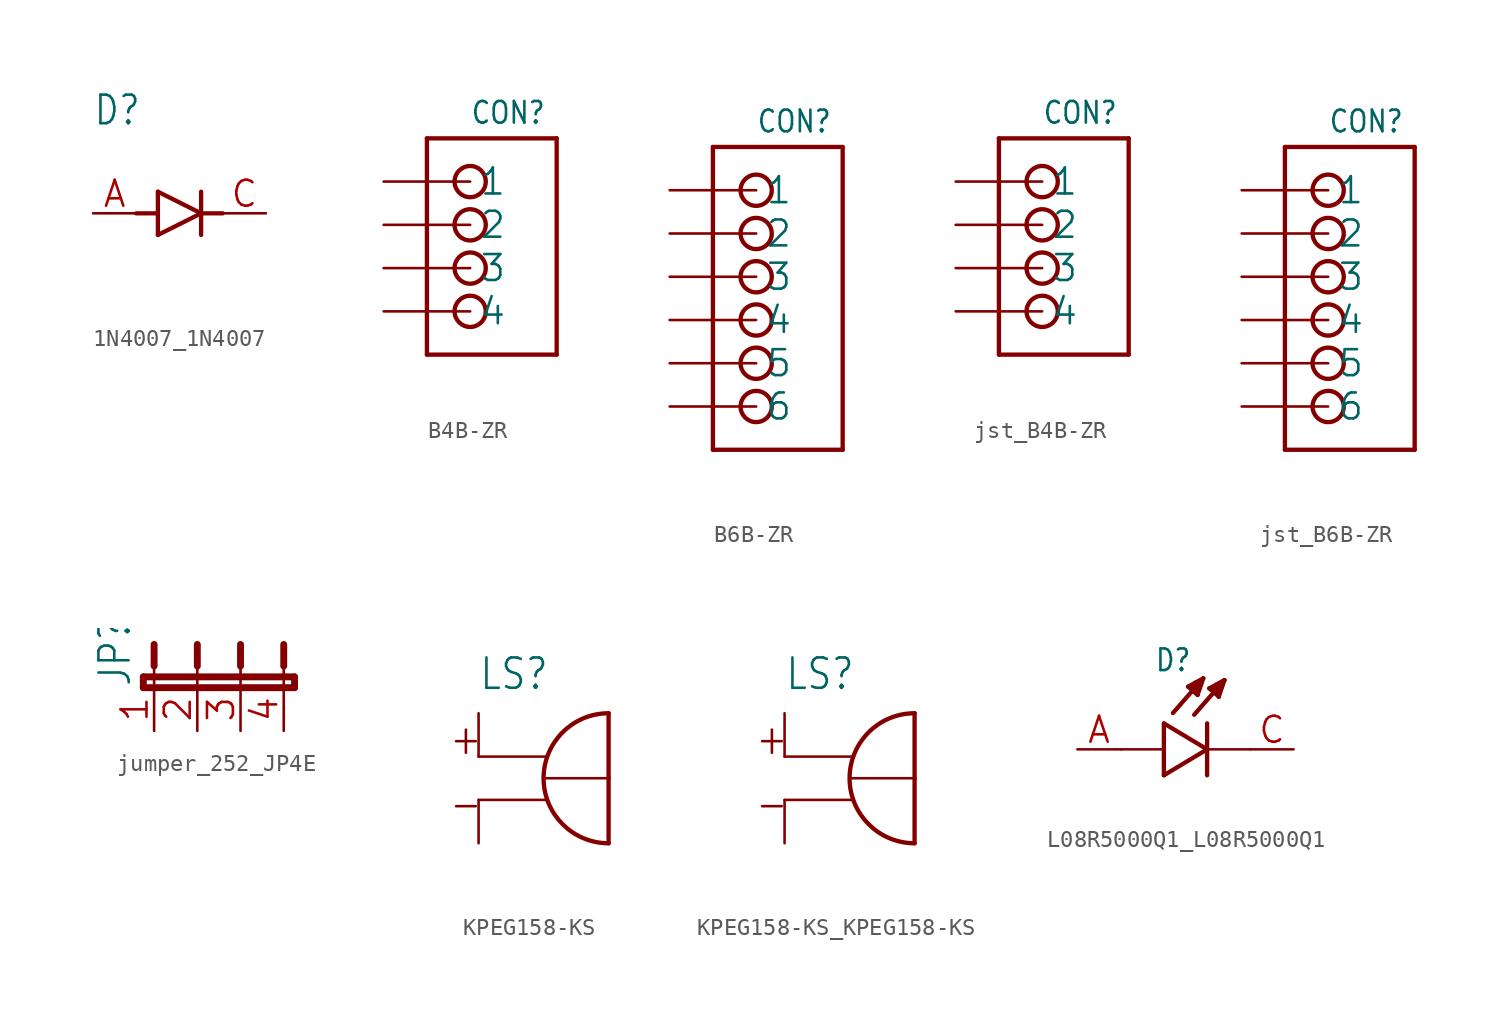
<source format=kicad_sym>
(kicad_symbol_lib
  (version 20241209)
  (generator "kicad_symbol_editor")
  (generator_version "9.0")
  (symbol "1N4007_1N4007"
    (property "Reference" "D"
      (at -5.086 5.086 0)
      (effects (font (size 1.678 1.427)) (justify left bottom)))
    (property "Value" ""
      (at -5.086 -5.086 0)
      (effects (font (size 1.679 1.427)) (justify left bottom)))
    (property "ki_locked" ""
      (at 0 0 0)
      (effects (font (size 1.27 1.27))))
    (symbol "1N4007_1N4007_1_0"
      (polyline (pts (xy -2.54 0) (xy -1.27 0)) (stroke (width 0.254) (type solid)) (fill (type none)))
      (polyline (pts (xy -1.27 1.27) (xy -1.27 0)) (stroke (width 0.254) (type solid)) (fill (type none)))
      (polyline (pts (xy -1.27 0) (xy -1.27 -1.27)) (stroke (width 0.254) (type solid)) (fill (type none)))
      (polyline (pts (xy -1.27 -1.27) (xy 1.27 0)) (stroke (width 0.254) (type solid)) (fill (type none)))
      (polyline (pts (xy 1.27 1.27) (xy 1.27 0)) (stroke (width 0.254) (type solid)) (fill (type none)))
      (polyline (pts (xy 1.27 0) (xy -1.27 1.27)) (stroke (width 0.254) (type solid)) (fill (type none)))
      (polyline (pts (xy 1.27 0) (xy 1.27 -1.27)) (stroke (width 0.254) (type solid)) (fill (type none)))
      (polyline (pts (xy 1.27 0) (xy 2.54 0)) (stroke (width 0.254) (type solid)) (fill (type none)))
      (pin passive line (at -5.08 0 0) (length 2.54) (name "A" (effects (font (size 0 0)))) (number "A" (effects (font (size 1.524 1.524)))))
      (pin passive line (at 5.08 0 180) (length 2.54) (name "C" (effects (font (size 0 0)))) (number "C" (effects (font (size 1.524 1.524)))))))
  (symbol "B4B-ZR"
    (property "Reference" "CON"
      (at -2.54 5.842 0)
      (effects (font (size 1.27 1.079)) (justify left bottom)))
    (property "Value" ""
      (at -2.54 -9.398 0)
      (effects (font (size 1.27 1.079)) (justify left bottom)))
    (property "ki_locked" ""
      (at 0 0 0)
      (effects (font (size 1.27 1.27))))
    (symbol "B4B-ZR_1_0"
      (polyline (pts (xy -5.08 5.08) (xy 2.54 5.08)) (stroke (width 0.254) (type solid)) (fill (type none)))
      (polyline (pts (xy -5.08 -7.62) (xy -5.08 5.08)) (stroke (width 0.254) (type solid)) (fill (type none)))
      (circle (center -2.54 2.54) (radius 0.916) (stroke (width 0.254) (type solid)) (fill (type none)))
      (circle (center -2.54 0) (radius 0.916) (stroke (width 0.254) (type solid)) (fill (type none)))
      (circle (center -2.54 -2.54) (radius 0.916) (stroke (width 0.254) (type solid)) (fill (type none)))
      (circle (center -2.54 -5.08) (radius 0.916) (stroke (width 0.254) (type solid)) (fill (type none)))
      (polyline (pts (xy 2.54 5.08) (xy 2.54 -7.62)) (stroke (width 0.254) (type solid)) (fill (type none)))
      (polyline (pts (xy 2.54 -7.62) (xy -5.08 -7.62)) (stroke (width 0.254) (type solid)) (fill (type none)))
      (pin bidirectional line (at -7.62 2.54 0) (length 5.08) (name "1" (effects (font (size 1.524 1.524)))) (number "1" (effects (font (size 0 0)))))
      (pin bidirectional line (at -7.62 0 0) (length 5.08) (name "2" (effects (font (size 1.524 1.524)))) (number "2" (effects (font (size 0 0)))))
      (pin bidirectional line (at -7.62 -2.54 0) (length 5.08) (name "3" (effects (font (size 1.524 1.524)))) (number "3" (effects (font (size 0 0)))))
      (pin bidirectional line (at -7.62 -5.08 0) (length 5.08) (name "4" (effects (font (size 1.524 1.524)))) (number "4" (effects (font (size 0 0)))))))
  (symbol "B6B-ZR"
    (property "Reference" "CON"
      (at 0 3.302 0)
      (effects (font (size 1.27 1.079)) (justify left bottom)))
    (property "Value" ""
      (at 0 -17.018 0)
      (effects (font (size 1.27 1.079)) (justify left bottom)))
    (property "ki_locked" ""
      (at 0 0 0)
      (effects (font (size 1.27 1.27))))
    (symbol "B6B-ZR_1_0"
      (polyline (pts (xy -2.54 2.54) (xy 5.08 2.54)) (stroke (width 0.254) (type solid)) (fill (type none)))
      (polyline (pts (xy -2.54 -15.24) (xy -2.54 2.54)) (stroke (width 0.254) (type solid)) (fill (type none)))
      (circle (center 0 0) (radius 0.916) (stroke (width 0.254) (type solid)) (fill (type none)))
      (circle (center 0 -2.54) (radius 0.916) (stroke (width 0.254) (type solid)) (fill (type none)))
      (circle (center 0 -5.08) (radius 0.916) (stroke (width 0.254) (type solid)) (fill (type none)))
      (circle (center 0 -7.62) (radius 0.916) (stroke (width 0.254) (type solid)) (fill (type none)))
      (circle (center 0 -10.16) (radius 0.916) (stroke (width 0.254) (type solid)) (fill (type none)))
      (circle (center 0 -12.7) (radius 0.916) (stroke (width 0.254) (type solid)) (fill (type none)))
      (polyline (pts (xy 5.08 2.54) (xy 5.08 -15.24)) (stroke (width 0.254) (type solid)) (fill (type none)))
      (polyline (pts (xy 5.08 -15.24) (xy -2.54 -15.24)) (stroke (width 0.254) (type solid)) (fill (type none)))
      (pin bidirectional line (at -5.08 0 0) (length 5.08) (name "1" (effects (font (size 1.524 1.524)))) (number "1" (effects (font (size 0 0)))))
      (pin bidirectional line (at -5.08 -2.54 0) (length 5.08) (name "2" (effects (font (size 1.524 1.524)))) (number "2" (effects (font (size 0 0)))))
      (pin bidirectional line (at -5.08 -5.08 0) (length 5.08) (name "3" (effects (font (size 1.524 1.524)))) (number "3" (effects (font (size 0 0)))))
      (pin bidirectional line (at -5.08 -7.62 0) (length 5.08) (name "4" (effects (font (size 1.524 1.524)))) (number "4" (effects (font (size 0 0)))))
      (pin bidirectional line (at -5.08 -10.16 0) (length 5.08) (name "5" (effects (font (size 1.524 1.524)))) (number "5" (effects (font (size 0 0)))))
      (pin bidirectional line (at -5.08 -12.7 0) (length 5.08) (name "6" (effects (font (size 1.524 1.524)))) (number "6" (effects (font (size 0 0)))))))
  (symbol "jst_B4B-ZR"
    (property "Reference" "CON"
      (at -2.54 5.842 0)
      (effects (font (size 1.27 1.079)) (justify left bottom)))
    (property "Value" ""
      (at -2.54 -9.398 0)
      (effects (font (size 1.27 1.079)) (justify left bottom)))
    (property "ki_locked" ""
      (at 0 0 0)
      (effects (font (size 1.27 1.27))))
    (symbol "jst_B4B-ZR_1_0"
      (polyline (pts (xy -5.08 5.08) (xy 2.54 5.08)) (stroke (width 0.254) (type solid)) (fill (type none)))
      (polyline (pts (xy -5.08 -7.62) (xy -5.08 5.08)) (stroke (width 0.254) (type solid)) (fill (type none)))
      (circle (center -2.54 2.54) (radius 0.916) (stroke (width 0.254) (type solid)) (fill (type none)))
      (circle (center -2.54 0) (radius 0.916) (stroke (width 0.254) (type solid)) (fill (type none)))
      (circle (center -2.54 -2.54) (radius 0.916) (stroke (width 0.254) (type solid)) (fill (type none)))
      (circle (center -2.54 -5.08) (radius 0.916) (stroke (width 0.254) (type solid)) (fill (type none)))
      (polyline (pts (xy 2.54 5.08) (xy 2.54 -7.62)) (stroke (width 0.254) (type solid)) (fill (type none)))
      (polyline (pts (xy 2.54 -7.62) (xy -5.08 -7.62)) (stroke (width 0.254) (type solid)) (fill (type none)))
      (pin bidirectional line (at -7.62 2.54 0) (length 5.08) (name "1" (effects (font (size 1.524 1.524)))) (number "1" (effects (font (size 0 0)))))
      (pin bidirectional line (at -7.62 0 0) (length 5.08) (name "2" (effects (font (size 1.524 1.524)))) (number "2" (effects (font (size 0 0)))))
      (pin bidirectional line (at -7.62 -2.54 0) (length 5.08) (name "3" (effects (font (size 1.524 1.524)))) (number "3" (effects (font (size 0 0)))))
      (pin bidirectional line (at -7.62 -5.08 0) (length 5.08) (name "4" (effects (font (size 1.524 1.524)))) (number "4" (effects (font (size 0 0)))))))
  (symbol "jst_B6B-ZR"
    (property "Reference" "CON"
      (at 0 3.302 0)
      (effects (font (size 1.27 1.079)) (justify left bottom)))
    (property "Value" ""
      (at 0 -17.018 0)
      (effects (font (size 1.27 1.079)) (justify left bottom)))
    (property "ki_locked" ""
      (at 0 0 0)
      (effects (font (size 1.27 1.27))))
    (symbol "jst_B6B-ZR_1_0"
      (polyline (pts (xy -2.54 2.54) (xy 5.08 2.54)) (stroke (width 0.254) (type solid)) (fill (type none)))
      (polyline (pts (xy -2.54 -15.24) (xy -2.54 2.54)) (stroke (width 0.254) (type solid)) (fill (type none)))
      (circle (center 0 0) (radius 0.916) (stroke (width 0.254) (type solid)) (fill (type none)))
      (circle (center 0 -2.54) (radius 0.916) (stroke (width 0.254) (type solid)) (fill (type none)))
      (circle (center 0 -5.08) (radius 0.916) (stroke (width 0.254) (type solid)) (fill (type none)))
      (circle (center 0 -7.62) (radius 0.916) (stroke (width 0.254) (type solid)) (fill (type none)))
      (circle (center 0 -10.16) (radius 0.916) (stroke (width 0.254) (type solid)) (fill (type none)))
      (circle (center 0 -12.7) (radius 0.916) (stroke (width 0.254) (type solid)) (fill (type none)))
      (polyline (pts (xy 5.08 2.54) (xy 5.08 -15.24)) (stroke (width 0.254) (type solid)) (fill (type none)))
      (polyline (pts (xy 5.08 -15.24) (xy -2.54 -15.24)) (stroke (width 0.254) (type solid)) (fill (type none)))
      (pin bidirectional line (at -5.08 0 0) (length 5.08) (name "1" (effects (font (size 1.524 1.524)))) (number "1" (effects (font (size 0 0)))))
      (pin bidirectional line (at -5.08 -2.54 0) (length 5.08) (name "2" (effects (font (size 1.524 1.524)))) (number "2" (effects (font (size 0 0)))))
      (pin bidirectional line (at -5.08 -5.08 0) (length 5.08) (name "3" (effects (font (size 1.524 1.524)))) (number "3" (effects (font (size 0 0)))))
      (pin bidirectional line (at -5.08 -7.62 0) (length 5.08) (name "4" (effects (font (size 1.524 1.524)))) (number "4" (effects (font (size 0 0)))))
      (pin bidirectional line (at -5.08 -10.16 0) (length 5.08) (name "5" (effects (font (size 1.524 1.524)))) (number "5" (effects (font (size 0 0)))))
      (pin bidirectional line (at -5.08 -12.7 0) (length 5.08) (name "6" (effects (font (size 1.524 1.524)))) (number "6" (effects (font (size 0 0)))))))
  (symbol "jumper_252_JP4E"
    (property "Reference" "JP"
      (at -3.81 0 90)
      (effects (font (size 1.778 1.511)) (justify left bottom)))
    (property "Value" ""
      (at 8.255 0 90)
      (effects (font (size 1.778 1.511)) (justify left bottom)))
    (property "ki_locked" ""
      (at 0 0 0)
      (effects (font (size 1.27 1.27))))
    (symbol "jumper_252_JP4E_1_0"
      (polyline (pts (xy -3.175 0.635) (xy -3.175 0)) (stroke (width 0.406) (type solid)) (fill (type none)))
      (polyline (pts (xy -3.175 0) (xy 5.08 0)) (stroke (width 0.406) (type solid)) (fill (type none)))
      (polyline (pts (xy -2.54 2.54) (xy -2.54 1.27)) (stroke (width 0.406) (type solid)) (fill (type none)))
      (polyline (pts (xy -2.54 0) (xy -2.54 1.27)) (stroke (width 0.152) (type solid)) (fill (type none)))
      (polyline (pts (xy 0 2.54) (xy 0 1.27)) (stroke (width 0.406) (type solid)) (fill (type none)))
      (polyline (pts (xy 0 0) (xy 0 1.27)) (stroke (width 0.152) (type solid)) (fill (type none)))
      (polyline (pts (xy 2.54 2.54) (xy 2.54 1.27)) (stroke (width 0.406) (type solid)) (fill (type none)))
      (polyline (pts (xy 2.54 0) (xy 2.54 1.27)) (stroke (width 0.152) (type solid)) (fill (type none)))
      (polyline (pts (xy 5.08 2.54) (xy 5.08 1.27)) (stroke (width 0.406) (type solid)) (fill (type none)))
      (polyline (pts (xy 5.08 0) (xy 5.08 1.27)) (stroke (width 0.152) (type solid)) (fill (type none)))
      (polyline (pts (xy 5.08 0) (xy 5.715 0)) (stroke (width 0.406) (type solid)) (fill (type none)))
      (polyline (pts (xy 5.715 0.635) (xy -3.175 0.635)) (stroke (width 0.406) (type solid)) (fill (type none)))
      (polyline (pts (xy 5.715 0) (xy 5.715 0.635)) (stroke (width 0.406) (type solid)) (fill (type none)))
      (pin passive line (at -2.54 -2.54 90) (length 2.54) (name "1" (effects (font (size 0 0)))) (number "1" (effects (font (size 1.524 1.524)))))
      (pin passive line (at 0 -2.54 90) (length 2.54) (name "2" (effects (font (size 0 0)))) (number "2" (effects (font (size 1.524 1.524)))))
      (pin passive line (at 2.54 -2.54 90) (length 2.54) (name "3" (effects (font (size 0 0)))) (number "3" (effects (font (size 1.524 1.524)))))
      (pin passive line (at 5.08 -2.54 90) (length 2.54) (name "4" (effects (font (size 0 0)))) (number "4" (effects (font (size 1.524 1.524)))))))
  (symbol "KPEG158-KS"
    (property "Reference" "LS"
      (at -2.54 6.35 0)
      (effects (font (size 1.778 1.511)) (justify left bottom)))
    (property "Value" ""
      (at -2.54 -5.08 0)
      (effects (font (size 1.778 1.511)) (justify left bottom)))
    (property "ki_locked" ""
      (at 0 0 0)
      (effects (font (size 1.27 1.27))))
    (symbol "KPEG158-KS_1_0"
      (polyline (pts (xy -2.54 2.54) (xy 1.397 2.54)) (stroke (width 0.152) (type solid)) (fill (type none)))
      (polyline (pts (xy -2.54 0) (xy 1.397 0)) (stroke (width 0.152) (type solid)) (fill (type none)))
      (polyline (pts (xy 1.27 1.27) (xy 5.08 1.27)) (stroke (width 0.152) (type solid)) (fill (type none)))
      (polyline (pts (xy 5.08 5.08) (xy 5.08 1.27)) (stroke (width 0.254) (type solid)) (fill (type none)))
      (polyline (pts (xy 5.08 1.27) (xy 5.08 -2.54)) (stroke (width 0.254) (type solid)) (fill (type none)))
      (arc (start 5.08 -2.54) (mid 1.27 1.27) (end 5.08 5.08) (stroke (width 0.254) (type solid)) (fill (type none)))
      (text "+" (at -4.318 2.54 0) (effects (font (size 1.778 1.511)) (justify left bottom)))
      (text "-" (at -4.318 -1.27 0) (effects (font (size 1.778 1.511)) (justify left bottom)))
      (pin passive line (at -2.54 5.08 270) (length 2.54) (name "POS" (effects (font (size 0 0)))) (number "P" (effects (font (size 0 0)))))
      (pin passive line (at -2.54 -2.54 90) (length 2.54) (name "NEG" (effects (font (size 0 0)))) (number "N" (effects (font (size 0 0)))))))
  (symbol "KPEG158-KS_KPEG158-KS"
    (property "Reference" "LS"
      (at -2.54 6.35 0)
      (effects (font (size 1.778 1.511)) (justify left bottom)))
    (property "Value" ""
      (at -2.54 -5.08 0)
      (effects (font (size 1.778 1.511)) (justify left bottom)))
    (property "ki_locked" ""
      (at 0 0 0)
      (effects (font (size 1.27 1.27))))
    (symbol "KPEG158-KS_KPEG158-KS_1_0"
      (polyline (pts (xy -2.54 2.54) (xy 1.397 2.54)) (stroke (width 0.152) (type solid)) (fill (type none)))
      (polyline (pts (xy -2.54 0) (xy 1.397 0)) (stroke (width 0.152) (type solid)) (fill (type none)))
      (polyline (pts (xy 1.27 1.27) (xy 5.08 1.27)) (stroke (width 0.152) (type solid)) (fill (type none)))
      (polyline (pts (xy 5.08 5.08) (xy 5.08 1.27)) (stroke (width 0.254) (type solid)) (fill (type none)))
      (polyline (pts (xy 5.08 1.27) (xy 5.08 -2.54)) (stroke (width 0.254) (type solid)) (fill (type none)))
      (arc (start 5.08 -2.54) (mid 1.27 1.27) (end 5.08 5.08) (stroke (width 0.254) (type solid)) (fill (type none)))
      (text "+" (at -4.318 2.54 0) (effects (font (size 1.778 1.511)) (justify left bottom)))
      (text "-" (at -4.318 -1.27 0) (effects (font (size 1.778 1.511)) (justify left bottom)))
      (pin passive line (at -2.54 5.08 270) (length 2.54) (name "POS" (effects (font (size 0 0)))) (number "P" (effects (font (size 0 0)))))
      (pin passive line (at -2.54 -2.54 90) (length 2.54) (name "NEG" (effects (font (size 0 0)))) (number "N" (effects (font (size 0 0)))))))
  (symbol "L08R5000Q1_L08R5000Q1"
    (property "Reference" "D"
      (at -3.099 4.496 0)
      (effects (font (size 1.27 1.079)) (justify left bottom)))
    (property "Value" ""
      (at -3.556 -3.302 0)
      (effects (font (size 1.27 1.079)) (justify left bottom)))
    (property "ki_locked" ""
      (at 0 0 0)
      (effects (font (size 1.27 1.27))))
    (symbol "L08R5000Q1_L08R5000Q1_1_0"
      (polyline (pts (xy -2.54 1.524) (xy -2.54 0)) (stroke (width 0.254) (type solid)) (fill (type none)))
      (polyline (pts (xy -2.54 0) (xy -5.08 0)) (stroke (width 0.152) (type solid)) (fill (type none)))
      (polyline (pts (xy -2.54 0) (xy -2.54 -1.524)) (stroke (width 0.254) (type solid)) (fill (type none)))
      (polyline (pts (xy -2.54 -1.524) (xy 0 0)) (stroke (width 0.254) (type solid)) (fill (type none)))
      (polyline (pts (xy -1.118 3.683) (xy -0.229 4.166)) (stroke (width 0.254) (type solid)) (fill (type none)))
      (polyline (pts (xy -0.94 3.607) (xy -0.711 3.759)) (stroke (width 0.254) (type solid)) (fill (type none)))
      (polyline (pts (xy -0.559 3.2) (xy -1.118 3.683)) (stroke (width 0.254) (type solid)) (fill (type none)))
      (polyline (pts (xy -0.559 3.2) (xy -0.533 3.937)) (stroke (width 0.254) (type solid)) (fill (type none)))
      (polyline (pts (xy -0.533 3.937) (xy -0.66 3.937)) (stroke (width 0.254) (type solid)) (fill (type none)))
      (polyline (pts (xy -0.229 4.166) (xy -2.007 2.134)) (stroke (width 0.254) (type solid)) (fill (type none)))
      (polyline (pts (xy -0.229 4.166) (xy -0.559 3.2)) (stroke (width 0.254) (type solid)) (fill (type none)))
      (polyline (pts (xy 0 1.524) (xy 0 0)) (stroke (width 0.254) (type solid)) (fill (type none)))
      (polyline (pts (xy 0 0) (xy -2.54 1.524)) (stroke (width 0.254) (type solid)) (fill (type none)))
      (polyline (pts (xy 0 0) (xy 0 -1.524)) (stroke (width 0.254) (type solid)) (fill (type none)))
      (polyline (pts (xy 0.127 3.581) (xy 1.016 4.064)) (stroke (width 0.254) (type solid)) (fill (type none)))
      (polyline (pts (xy 0.305 3.505) (xy 0.533 3.658)) (stroke (width 0.254) (type solid)) (fill (type none)))
      (polyline (pts (xy 0.686 3.099) (xy 0.127 3.581)) (stroke (width 0.254) (type solid)) (fill (type none)))
      (polyline (pts (xy 0.686 3.099) (xy 0.711 3.835)) (stroke (width 0.254) (type solid)) (fill (type none)))
      (polyline (pts (xy 0.711 3.835) (xy 0.584 3.835)) (stroke (width 0.254) (type solid)) (fill (type none)))
      (polyline (pts (xy 1.016 4.064) (xy -0.762 2.032)) (stroke (width 0.254) (type solid)) (fill (type none)))
      (polyline (pts (xy 1.016 4.064) (xy 0.686 3.099)) (stroke (width 0.254) (type solid)) (fill (type none)))
      (polyline (pts (xy 2.54 0) (xy 0 0)) (stroke (width 0.152) (type solid)) (fill (type none)))
      (pin passive line (at -7.62 0 0) (length 2.54) (name "A" (effects (font (size 0 0)))) (number "A" (effects (font (size 1.524 1.524)))))
      (pin passive line (at 5.08 0 180) (length 2.54) (name "C" (effects (font (size 0 0)))) (number "C" (effects (font (size 1.524 1.524))))))))
</source>
